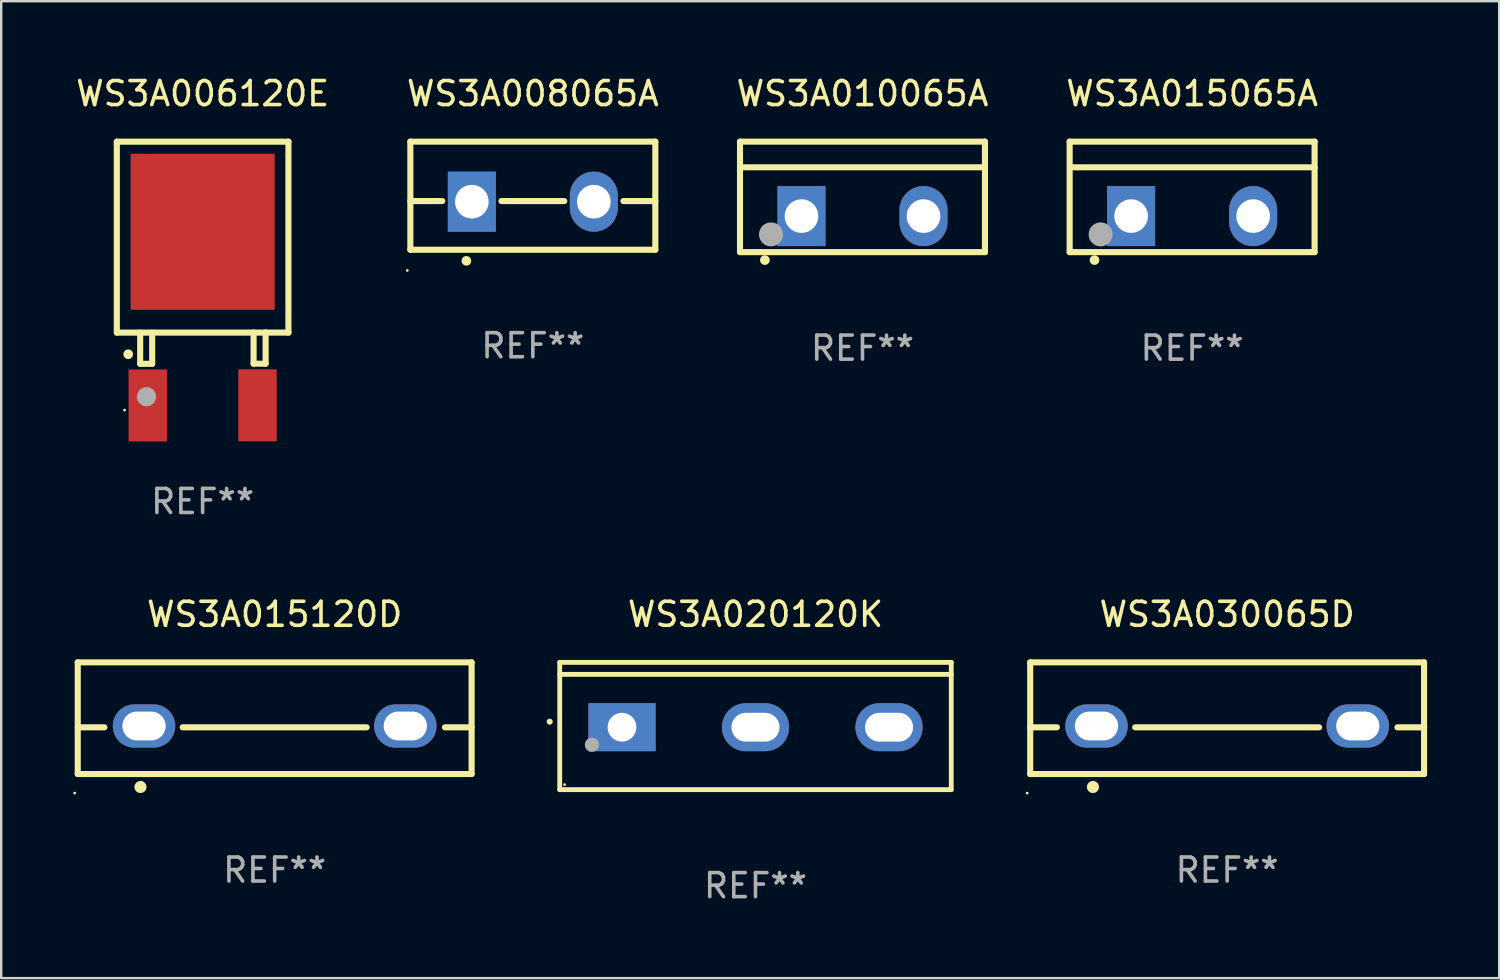
<source format=kicad_pcb>
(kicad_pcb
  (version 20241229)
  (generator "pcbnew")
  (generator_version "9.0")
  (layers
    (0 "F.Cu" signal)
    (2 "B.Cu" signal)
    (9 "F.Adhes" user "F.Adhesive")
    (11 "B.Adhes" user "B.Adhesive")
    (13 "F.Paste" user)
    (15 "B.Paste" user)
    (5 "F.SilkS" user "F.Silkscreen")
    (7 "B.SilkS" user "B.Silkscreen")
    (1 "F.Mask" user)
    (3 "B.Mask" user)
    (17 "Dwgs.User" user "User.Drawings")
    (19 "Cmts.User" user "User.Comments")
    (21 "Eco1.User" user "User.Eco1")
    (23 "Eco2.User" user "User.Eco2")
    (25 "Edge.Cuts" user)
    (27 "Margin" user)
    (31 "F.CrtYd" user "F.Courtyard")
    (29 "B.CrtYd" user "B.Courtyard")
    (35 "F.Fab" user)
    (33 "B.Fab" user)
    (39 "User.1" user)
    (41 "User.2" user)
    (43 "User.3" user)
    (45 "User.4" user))
  (footprint "WS3A008065A"
    (layer "F.Cu")
    (at 19.137 5.098)
    (property "Reference" "WS3A008065A" (at 0 -4.25 0) (layer "F.SilkS") (effects (font (size 1 1) (thickness 0.15))))
    (attr through_hole)
    (fp_line (start -5.1 -2.25) (end -5.1 2.25) (stroke (width 0.254) (type solid)) (layer "F.SilkS"))
    (fp_line (start -5.1 0.224) (end -3.772 0.224) (stroke (width 0.254) (type solid)) (layer "F.SilkS"))
    (fp_line (start -5.1 2.25) (end 5.1 2.25) (stroke (width 0.254) (type solid)) (layer "F.SilkS"))
    (fp_line (start -1.308 0.224) (end 1.309 0.224) (stroke (width 0.254) (type solid)) (layer "F.SilkS"))
    (fp_line (start 3.771 0.224) (end 5.1 0.224) (stroke (width 0.254) (type solid)) (layer "F.SilkS"))
    (fp_line (start 5.1 -2.25) (end -5.1 -2.25) (stroke (width 0.254) (type solid)) (layer "F.SilkS"))
    (fp_line (start 5.1 -2.25) (end 5.1 2.25) (stroke (width 0.254) (type solid)) (layer "F.SilkS"))
    (fp_arc (start -2.768606 2.713805) (mid -2.767336 2.713801) (end -2.766066 2.713805) (stroke (width 0.4) (type solid)) (layer "F.SilkS"))
    (fp_circle (center -5.227 3.114) (end -5.197 3.114) (stroke (width 0.06) (type solid)) (fill no) (layer "F.SilkS"))
    (fp_text user "REF**" (at 0 6.25 0) (layer "F.Fab") (effects (font (size 1 1) (thickness 0.15))))
    (pad "1" thru_hole rect (at -2.54 0.25) (size 2 2.5) (drill 1.4) (layers "*.Cu" "*.Mask"))
    (pad "3" thru_hole oval (at 2.54 0.25) (size 2 2.5) (drill 1.4) (layers "*.Cu" "*.Mask")))
  (footprint "WS3A015065A"
    (layer "F.Cu")
    (at 46.589 5.148)
    (property "Reference" "WS3A015065A" (at 0 -4.3 0) (layer "F.SilkS") (effects (font (size 1 1) (thickness 0.15))))
    (attr through_hole)
    (fp_line (start -5.1 -2.3) (end -5.1 2.3) (stroke (width 0.254) (type solid)) (layer "F.SilkS"))
    (fp_line (start -5.1 2.3) (end 5.1 2.3) (stroke (width 0.254) (type solid)) (layer "F.SilkS"))
    (fp_line (start -5.08 -1.232) (end 5.1 -1.232) (stroke (width 0.254) (type solid)) (layer "F.SilkS"))
    (fp_line (start 5.1 -2.3) (end -5.1 -2.3) (stroke (width 0.254) (type solid)) (layer "F.SilkS"))
    (fp_line (start 5.1 -2.3) (end 5.1 2.3) (stroke (width 0.254) (type solid)) (layer "F.SilkS"))
    (fp_arc (start -4.065278 2.632004) (mid -4.064008 2.632) (end -4.062738 2.632004) (stroke (width 0.4) (type solid)) (layer "F.SilkS"))
    (fp_circle (center -5.1 2.32) (end -5.07 2.32) (stroke (width 0.06) (type solid)) (fill no) (layer "F.SilkS"))
    (fp_circle (center -3.81 1.562) (end -3.56 1.562) (stroke (width 0.5) (type solid)) (fill no) (layer "F.Fab"))
    (fp_text user "REF**" (at 0 6.3 0) (layer "F.Fab") (effects (font (size 1 1) (thickness 0.15))))
    (pad "1" thru_hole rect (at -2.54 0.8) (size 2 2.5) (drill 1.4) (layers "*.Cu" "*.Mask"))
    (pad "2" thru_hole oval (at 2.54 0.8) (size 2 2.5) (drill 1.4) (layers "*.Cu" "*.Mask")))
  (footprint "WS3A020120K"
    (layer "F.Cu")
    (at 28.408 27.18)
    (property "Reference" "WS3A020120K" (at 0 -4.65 0) (layer "F.SilkS") (effects (font (size 1 1) (thickness 0.15))))
    (attr through_hole)
    (fp_line (start -8.151 -2.65) (end -8.151 2.65) (stroke (width 0.201) (type solid)) (layer "F.SilkS"))
    (fp_line (start 8.151 -2.65) (end -8.151 -2.65) (stroke (width 0.201) (type solid)) (layer "F.SilkS"))
    (fp_line (start 8.151 -2.15) (end -8.151 -2.15) (stroke (width 0.201) (type solid)) (layer "F.SilkS"))
    (fp_line (start 8.151 2.65) (end -8.151 2.65) (stroke (width 0.201) (type solid)) (layer "F.SilkS"))
    (fp_line (start 8.151 2.65) (end 8.151 -2.65) (stroke (width 0.201) (type solid)) (layer "F.SilkS"))
    (fp_arc (start -8.570003 -0.18048) (mid -8.568733 -0.180486) (end -8.567463 -0.18048) (stroke (width 0.24892) (type solid)) (layer "F.SilkS"))
    (fp_circle (center -7.95 2.44) (end -7.92 2.44) (stroke (width 0.06) (type solid)) (fill no) (layer "F.SilkS"))
    (fp_circle (center -6.81 0.78) (end -6.66 0.78) (stroke (width 0.3) (type solid)) (fill no) (layer "F.Fab"))
    (fp_text user "REF**" (at 0 6.65 0) (layer "F.Fab") (effects (font (size 1 1) (thickness 0.15))))
    (pad "1" thru_hole rect (at -5.56 0.05 90) (size 2 2.8) (drill 1.2) (layers "*.Cu" "*.Mask"))
    (pad "2" thru_hole oval (at 0 0.05 90) (size 2 2.8) (drill oval 1.2 2) (layers "*.Cu" "*.Mask"))
    (pad "3" thru_hole oval (at 5.56 0.05 90) (size 2 2.8) (drill oval 1.2 2) (layers "*.Cu" "*.Mask")))
  (footprint "WS3A010065A"
    (layer "F.Cu")
    (at 32.863 5.148)
    (property "Reference" "WS3A010065A" (at 0 -4.3 0) (layer "F.SilkS") (effects (font (size 1 1) (thickness 0.15))))
    (attr through_hole)
    (fp_line (start -5.1 -2.3) (end -5.1 2.3) (stroke (width 0.254) (type solid)) (layer "F.SilkS"))
    (fp_line (start -5.1 2.3) (end 5.1 2.3) (stroke (width 0.254) (type solid)) (layer "F.SilkS"))
    (fp_line (start -5.08 -1.232) (end 5.1 -1.232) (stroke (width 0.254) (type solid)) (layer "F.SilkS"))
    (fp_line (start 5.1 -2.3) (end -5.1 -2.3) (stroke (width 0.254) (type solid)) (layer "F.SilkS"))
    (fp_line (start 5.1 -2.3) (end 5.1 2.3) (stroke (width 0.254) (type solid)) (layer "F.SilkS"))
    (fp_arc (start -4.065278 2.632004) (mid -4.064008 2.632) (end -4.062738 2.632004) (stroke (width 0.4) (type solid)) (layer "F.SilkS"))
    (fp_circle (center -5.1 2.32) (end -5.07 2.32) (stroke (width 0.06) (type solid)) (fill no) (layer "F.SilkS"))
    (fp_circle (center -3.81 1.562) (end -3.56 1.562) (stroke (width 0.5) (type solid)) (fill no) (layer "F.Fab"))
    (fp_text user "REF**" (at 0 6.3 0) (layer "F.Fab") (effects (font (size 1 1) (thickness 0.15))))
    (pad "1" thru_hole rect (at -2.54 0.8) (size 2 2.5) (drill 1.4) (layers "*.Cu" "*.Mask"))
    (pad "2" thru_hole oval (at 2.54 0.8) (size 2 2.5) (drill 1.4) (layers "*.Cu" "*.Mask")))
  (footprint "WS3A015120D"
    (layer "F.Cu")
    (at 8.387 26.855)
    (property "Reference" "WS3A015120D" (at 0 -4.325 0) (layer "F.SilkS") (effects (font (size 1 1) (thickness 0.15))))
    (attr through_hole)
    (fp_line (start -8.2 -2.325) (end -8.2 2.325) (stroke (width 0.254) (type solid)) (layer "F.SilkS"))
    (fp_line (start -8.2 -2.325) (end 8.2 -2.325) (stroke (width 0.254) (type solid)) (layer "F.SilkS"))
    (fp_line (start -8.2 0.38) (end -7.09 0.38) (stroke (width 0.254) (type solid)) (layer "F.SilkS"))
    (fp_line (start -8.2 2.325) (end 8.2 2.325) (stroke (width 0.254) (type solid)) (layer "F.SilkS"))
    (fp_line (start -3.83 0.38) (end 3.83 0.38) (stroke (width 0.254) (type solid)) (layer "F.SilkS"))
    (fp_line (start 7.09 0.38) (end 8.2 0.38) (stroke (width 0.254) (type solid)) (layer "F.SilkS"))
    (fp_line (start 8.2 -2.325) (end 8.2 2.325) (stroke (width 0.254) (type solid)) (layer "F.SilkS"))
    (fp_circle (center -8.327 3.119) (end -8.297 3.119) (stroke (width 0.06) (type solid)) (fill no) (layer "F.SilkS"))
    (fp_circle (center -5.588 2.865) (end -5.461 2.865) (stroke (width 0.254) (type solid)) (fill no) (layer "F.SilkS"))
    (fp_text user "REF**" (at 0 6.325 0) (layer "F.Fab") (effects (font (size 1 1) (thickness 0.15))))
    (pad "1" thru_hole oval (at -5.44 0.325) (size 2.6 1.8) (drill oval 1.8 1.2) (layers "*.Cu" "*.Mask"))
    (pad "2" thru_hole oval (at 5.44 0.325) (size 2.6 1.8) (drill oval 1.8 1.2) (layers "*.Cu" "*.Mask")))
  (footprint "WS3A030065D"
    (layer "F.Cu")
    (at 48.047 26.855)
    (property "Reference" "WS3A030065D" (at 0 -4.325 0) (layer "F.SilkS") (effects (font (size 1 1) (thickness 0.15))))
    (attr through_hole)
    (fp_line (start -8.2 -2.325) (end -8.2 2.325) (stroke (width 0.254) (type solid)) (layer "F.SilkS"))
    (fp_line (start -8.2 -2.325) (end 8.2 -2.325) (stroke (width 0.254) (type solid)) (layer "F.SilkS"))
    (fp_line (start -8.2 0.38) (end -7.09 0.38) (stroke (width 0.254) (type solid)) (layer "F.SilkS"))
    (fp_line (start -8.2 2.325) (end 8.2 2.325) (stroke (width 0.254) (type solid)) (layer "F.SilkS"))
    (fp_line (start -3.83 0.38) (end 3.83 0.38) (stroke (width 0.254) (type solid)) (layer "F.SilkS"))
    (fp_line (start 7.09 0.38) (end 8.2 0.38) (stroke (width 0.254) (type solid)) (layer "F.SilkS"))
    (fp_line (start 8.2 -2.325) (end 8.2 2.325) (stroke (width 0.254) (type solid)) (layer "F.SilkS"))
    (fp_circle (center -8.327 3.119) (end -8.297 3.119) (stroke (width 0.06) (type solid)) (fill no) (layer "F.SilkS"))
    (fp_circle (center -5.588 2.865) (end -5.461 2.865) (stroke (width 0.254) (type solid)) (fill no) (layer "F.SilkS"))
    (fp_text user "REF**" (at 0 6.325 0) (layer "F.Fab") (effects (font (size 1 1) (thickness 0.15))))
    (pad "1" thru_hole oval (at -5.44 0.325) (size 2.6 1.8) (drill oval 1.8 1.2) (layers "*.Cu" "*.Mask"))
    (pad "2" thru_hole oval (at 5.44 0.325) (size 2.6 1.8) (drill oval 1.8 1.2) (layers "*.Cu" "*.Mask")))
  (footprint "WS3A006120E"
    (layer "F.Cu")
    (at 5.387 8.341)
    (property "Reference" "WS3A006120E" (at 0 -7.492 0) (layer "F.SilkS") (effects (font (size 1 1) (thickness 0.15))))
    (attr through_hole)
    (fp_line (start -3.573 -5.492) (end -3.573 2.458) (stroke (width 0.254) (type solid)) (layer "F.SilkS"))
    (fp_line (start -3.573 2.458) (end 3.573 2.458) (stroke (width 0.254) (type solid)) (layer "F.SilkS"))
    (fp_line (start -2.6 2.458) (end -2.6 3.757) (stroke (width 0.254) (type solid)) (layer "F.SilkS"))
    (fp_line (start -2.6 3.757) (end -2.1 3.757) (stroke (width 0.254) (type solid)) (layer "F.SilkS"))
    (fp_line (start -2.1 3.757) (end -2.1 2.458) (stroke (width 0.254) (type solid)) (layer "F.SilkS"))
    (fp_line (start 2.122 2.453) (end 2.122 3.753) (stroke (width 0.254) (type solid)) (layer "F.SilkS"))
    (fp_line (start 2.122 3.753) (end 2.623 3.753) (stroke (width 0.254) (type solid)) (layer "F.SilkS"))
    (fp_line (start 2.623 3.753) (end 2.623 2.453) (stroke (width 0.254) (type solid)) (layer "F.SilkS"))
    (fp_line (start 3.573 -5.492) (end -3.573 -5.492) (stroke (width 0.254) (type solid)) (layer "F.SilkS"))
    (fp_line (start 3.573 2.458) (end 3.573 -5.492) (stroke (width 0.254) (type solid)) (layer "F.SilkS"))
    (fp_arc (start -3.098806 3.360224) (mid -3.09881 3.358954) (end -3.098806 3.357684) (stroke (width 0.4) (type solid)) (layer "F.SilkS"))
    (fp_circle (center -3.25 5.685) (end -3.22 5.685) (stroke (width 0.06) (type solid)) (fill no) (layer "F.SilkS"))
    (fp_circle (center -2.337 5.127) (end -2.137 5.127) (stroke (width 0.4) (type solid)) (fill no) (layer "F.Fab"))
    (fp_text user "REF**" (at 0 9.492 0) (layer "F.Fab") (effects (font (size 1 1) (thickness 0.15))))
    (pad "1" smd rect (at -2.285 5.492) (size 1.6 3) (layers "F.Cu" "F.Mask" "F.Paste"))
    (pad "2" smd rect (at 2.285 5.486 180) (size 1.6 3) (layers "F.Cu" "F.Mask" "F.Paste"))
    (pad "3" smd rect (at -0.000102 -1.741) (size 6 6.5) (layers "F.Cu" "F.Mask" "F.Paste")))
  (gr_rect
    (start -3 -3)
    (end 59.374 37.679)
    (stroke (width 0.1) (type default))
    (fill no)
    (layer "Edge.Cuts")))
</source>
